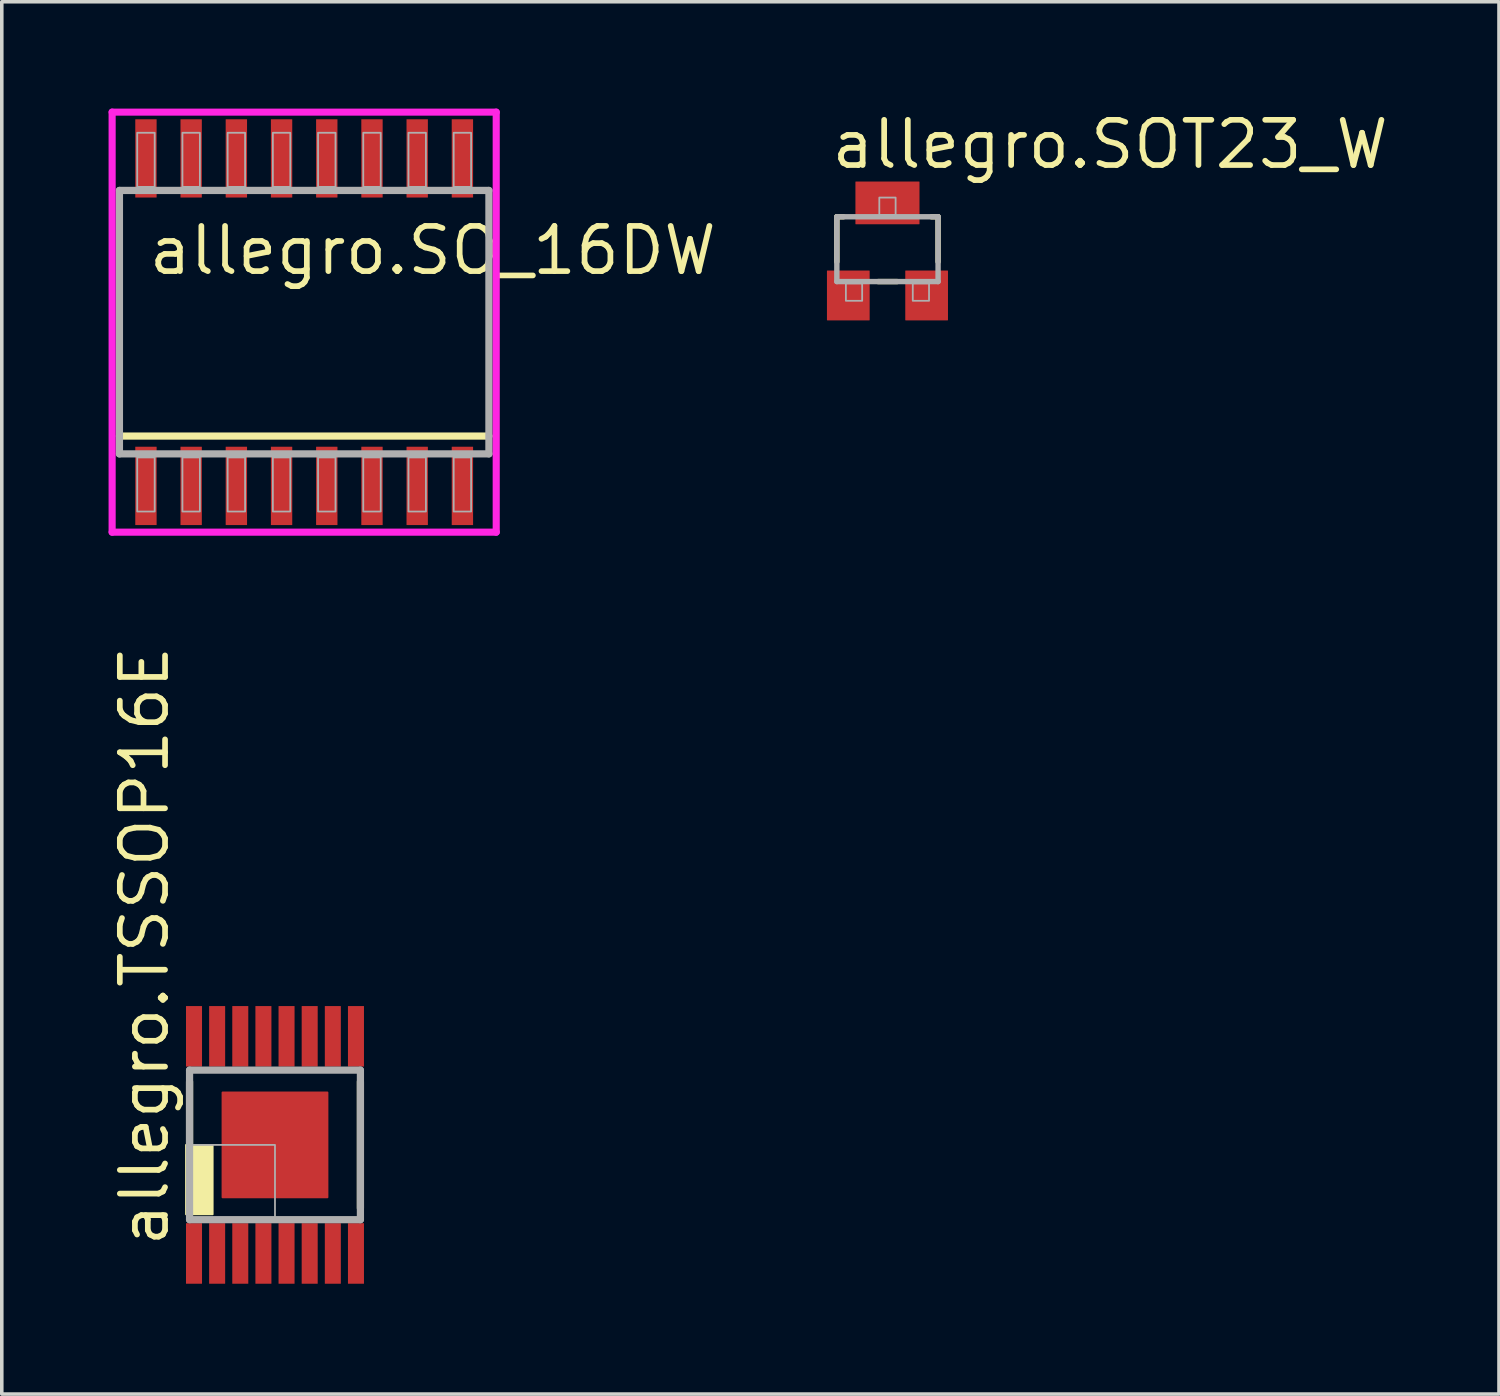
<source format=kicad_pcb>
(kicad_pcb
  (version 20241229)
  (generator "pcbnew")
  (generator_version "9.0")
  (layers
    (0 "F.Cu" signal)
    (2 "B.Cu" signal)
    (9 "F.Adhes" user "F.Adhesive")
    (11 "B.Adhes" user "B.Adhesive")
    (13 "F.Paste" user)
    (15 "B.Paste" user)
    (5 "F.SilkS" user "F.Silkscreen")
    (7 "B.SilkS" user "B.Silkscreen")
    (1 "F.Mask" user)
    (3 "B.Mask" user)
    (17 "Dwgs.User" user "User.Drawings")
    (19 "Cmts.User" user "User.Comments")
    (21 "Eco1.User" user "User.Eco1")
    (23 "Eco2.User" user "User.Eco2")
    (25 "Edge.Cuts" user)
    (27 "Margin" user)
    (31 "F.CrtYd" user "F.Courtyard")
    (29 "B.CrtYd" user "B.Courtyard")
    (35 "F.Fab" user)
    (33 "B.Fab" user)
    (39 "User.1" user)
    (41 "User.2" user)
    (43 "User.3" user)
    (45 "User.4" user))
  (footprint "allegro.SOT23_W"
    (layer "F.Cu")
    (at 21.881 3.95)
    (property "Reference" "allegro.SOT23_W" (at -1.65 -2.2 0) (layer "F.SilkS") (effects (font (size 1.27 1.27) (thickness 0.16)) (justify left bottom)))
    (attr smd)
    (fp_line (start -1.422 -0.91) (end -1.239 -0.91) (stroke (width 0.152) (type default)) (layer "F.SilkS"))
    (fp_line (start -1.422 0.352) (end -1.422 -0.91) (stroke (width 0.152) (type default)) (layer "F.SilkS"))
    (fp_line (start 0.272 0.91) (end -0.261 0.91) (stroke (width 0.152) (type default)) (layer "F.SilkS"))
    (fp_line (start 1.239 -0.91) (end 1.422 -0.91) (stroke (width 0.152) (type default)) (layer "F.SilkS"))
    (fp_line (start 1.422 -0.91) (end 1.422 0.352) (stroke (width 0.152) (type default)) (layer "F.SilkS"))
    (fp_line (start -1.422 -0.91) (end 1.422 -0.91) (stroke (width 0.152) (type default)) (layer "F.Fab"))
    (fp_line (start -1.422 0.91) (end -1.422 -0.91) (stroke (width 0.152) (type default)) (layer "F.Fab"))
    (fp_line (start 1.422 -0.91) (end 1.422 0.91) (stroke (width 0.152) (type default)) (layer "F.Fab"))
    (fp_line (start 1.422 0.91) (end -1.422 0.91) (stroke (width 0.152) (type default)) (layer "F.Fab"))
    (fp_rect (start -1.168 1.45) (end -0.711 0.961) (stroke (width 0.05) (type default)) (fill no) (layer "F.Fab"))
    (fp_rect (start -0.229 -0.961) (end 0.229 -1.45) (stroke (width 0.05) (type default)) (fill no) (layer "F.Fab"))
    (fp_rect (start 0.711 1.45) (end 1.168 0.961) (stroke (width 0.05) (type default)) (fill no) (layer "F.Fab"))
    (pad "1" smd roundrect (at -1.1 1.3) (size 1.2 1.4) (layers "F.Cu" "F.Mask" "F.Paste") (roundrect_rratio 0.01))
    (pad "2" smd roundrect (at 1.1 1.3) (size 1.2 1.4) (layers "F.Cu" "F.Mask" "F.Paste") (roundrect_rratio 0.01))
    (pad "3" smd roundrect (at 0 -1.3) (size 1.8 1.2) (layers "F.Cu" "F.Mask" "F.Paste") (roundrect_rratio 0.01)))
  (footprint "allegro.SO_16DW"
    (layer "F.Cu")
    (at 5.495 6)
    (property "Reference" "allegro.SO_16DW" (at -4.445 -1.27 0) (layer "F.SilkS") (effects (font (size 1.27 1.27) (thickness 0.16)) (justify left bottom)))
    (attr smd)
    (fp_line (start 5.19 3.2) (end -5.19 3.2) (stroke (width 0.203) (type default)) (layer "F.SilkS"))
    (fp_line (start -5.395 -5.9) (end 5.395 -5.9) (stroke (width 0.2) (type default)) (layer "F.CrtYd"))
    (fp_line (start -5.395 5.9) (end -5.395 -5.9) (stroke (width 0.2) (type default)) (layer "F.CrtYd"))
    (fp_line (start 5.395 -5.9) (end 5.395 5.9) (stroke (width 0.2) (type default)) (layer "F.CrtYd"))
    (fp_line (start 5.395 5.9) (end -5.395 5.9) (stroke (width 0.2) (type default)) (layer "F.CrtYd"))
    (fp_line (start -5.19 -3.7) (end 5.19 -3.7) (stroke (width 0.203) (type default)) (layer "F.Fab"))
    (fp_line (start -5.19 3.7) (end -5.19 -3.7) (stroke (width 0.203) (type default)) (layer "F.Fab"))
    (fp_line (start 5.19 -3.7) (end 5.19 3.7) (stroke (width 0.203) (type default)) (layer "F.Fab"))
    (fp_line (start 5.19 3.7) (end -5.19 3.7) (stroke (width 0.203) (type default)) (layer "F.Fab"))
    (fp_rect (start -4.69 -3.8) (end -4.2 -5.32) (stroke (width 0.05) (type default)) (fill no) (layer "F.Fab"))
    (fp_rect (start -4.69 5.32) (end -4.2 3.8) (stroke (width 0.05) (type default)) (fill no) (layer "F.Fab"))
    (fp_rect (start -3.42 -3.8) (end -2.93 -5.32) (stroke (width 0.05) (type default)) (fill no) (layer "F.Fab"))
    (fp_rect (start -3.42 5.32) (end -2.93 3.8) (stroke (width 0.05) (type default)) (fill no) (layer "F.Fab"))
    (fp_rect (start -2.15 -3.8) (end -1.66 -5.32) (stroke (width 0.05) (type default)) (fill no) (layer "F.Fab"))
    (fp_rect (start -2.15 5.32) (end -1.66 3.8) (stroke (width 0.05) (type default)) (fill no) (layer "F.Fab"))
    (fp_rect (start -0.88 -3.8) (end -0.39 -5.32) (stroke (width 0.05) (type default)) (fill no) (layer "F.Fab"))
    (fp_rect (start -0.88 5.32) (end -0.39 3.8) (stroke (width 0.05) (type default)) (fill no) (layer "F.Fab"))
    (fp_rect (start 0.39 -3.8) (end 0.88 -5.32) (stroke (width 0.05) (type default)) (fill no) (layer "F.Fab"))
    (fp_rect (start 0.39 5.32) (end 0.88 3.8) (stroke (width 0.05) (type default)) (fill no) (layer "F.Fab"))
    (fp_rect (start 1.66 -3.8) (end 2.15 -5.32) (stroke (width 0.05) (type default)) (fill no) (layer "F.Fab"))
    (fp_rect (start 1.66 5.32) (end 2.15 3.8) (stroke (width 0.05) (type default)) (fill no) (layer "F.Fab"))
    (fp_rect (start 2.93 -3.8) (end 3.42 -5.32) (stroke (width 0.05) (type default)) (fill no) (layer "F.Fab"))
    (fp_rect (start 2.93 5.32) (end 3.42 3.8) (stroke (width 0.05) (type default)) (fill no) (layer "F.Fab"))
    (fp_rect (start 4.2 -3.8) (end 4.69 -5.32) (stroke (width 0.05) (type default)) (fill no) (layer "F.Fab"))
    (fp_rect (start 4.2 5.32) (end 4.69 3.8) (stroke (width 0.05) (type default)) (fill no) (layer "F.Fab"))
    (pad "1" smd roundrect (at -4.445 4.6) (size 0.6 2.2) (layers "F.Cu" "F.Mask" "F.Paste") (roundrect_rratio 0.01))
    (pad "2" smd roundrect (at -3.175 4.6) (size 0.6 2.2) (layers "F.Cu" "F.Mask" "F.Paste") (roundrect_rratio 0.01))
    (pad "3" smd roundrect (at -1.905 4.6) (size 0.6 2.2) (layers "F.Cu" "F.Mask" "F.Paste") (roundrect_rratio 0.01))
    (pad "4" smd roundrect (at -0.635 4.6) (size 0.6 2.2) (layers "F.Cu" "F.Mask" "F.Paste") (roundrect_rratio 0.01))
    (pad "5" smd roundrect (at 0.635 4.6) (size 0.6 2.2) (layers "F.Cu" "F.Mask" "F.Paste") (roundrect_rratio 0.01))
    (pad "6" smd roundrect (at 1.905 4.6) (size 0.6 2.2) (layers "F.Cu" "F.Mask" "F.Paste") (roundrect_rratio 0.01))
    (pad "7" smd roundrect (at 3.175 4.6) (size 0.6 2.2) (layers "F.Cu" "F.Mask" "F.Paste") (roundrect_rratio 0.01))
    (pad "8" smd roundrect (at 4.445 4.6) (size 0.6 2.2) (layers "F.Cu" "F.Mask" "F.Paste") (roundrect_rratio 0.01))
    (pad "9" smd roundrect (at 4.445 -4.6) (size 0.6 2.2) (layers "F.Cu" "F.Mask" "F.Paste") (roundrect_rratio 0.01))
    (pad "10" smd roundrect (at 3.175 -4.6) (size 0.6 2.2) (layers "F.Cu" "F.Mask" "F.Paste") (roundrect_rratio 0.01))
    (pad "11" smd roundrect (at 1.905 -4.6) (size 0.6 2.2) (layers "F.Cu" "F.Mask" "F.Paste") (roundrect_rratio 0.01))
    (pad "12" smd roundrect (at 0.635 -4.6) (size 0.6 2.2) (layers "F.Cu" "F.Mask" "F.Paste") (roundrect_rratio 0.01))
    (pad "13" smd roundrect (at -0.635 -4.6) (size 0.6 2.2) (layers "F.Cu" "F.Mask" "F.Paste") (roundrect_rratio 0.01))
    (pad "14" smd roundrect (at -1.905 -4.6) (size 0.6 2.2) (layers "F.Cu" "F.Mask" "F.Paste") (roundrect_rratio 0.01))
    (pad "15" smd roundrect (at -3.175 -4.6) (size 0.6 2.2) (layers "F.Cu" "F.Mask" "F.Paste") (roundrect_rratio 0.01))
    (pad "16" smd roundrect (at -4.445 -4.6) (size 0.6 2.2) (layers "F.Cu" "F.Mask" "F.Paste") (roundrect_rratio 0.01)))
  (footprint "allegro.TSSOP16E"
    (layer "F.Cu")
    (at 4.675 29.113)
    (property "Reference" "allegro.TSSOP16E" (at -2.925 2.925 90) (layer "F.SilkS") (effects (font (size 1.27 1.27) (thickness 0.16)) (justify left bottom)))
    (attr smd)
    (fp_rect (start -2.525 -2.125) (end -2.025 -3.975) (stroke (width 0.05) (type default)) (fill yes) (layer "F.Mask"))
    (fp_rect (start -2.525 3.975) (end -2.025 2.125) (stroke (width 0.05) (type default)) (fill yes) (layer "F.Mask"))
    (fp_rect (start -1.875 -2.125) (end -1.375 -3.975) (stroke (width 0.05) (type default)) (fill yes) (layer "F.Mask"))
    (fp_rect (start -1.875 3.975) (end -1.375 2.125) (stroke (width 0.05) (type default)) (fill yes) (layer "F.Mask"))
    (fp_rect (start -1.625 1.625) (end 1.625 -1.625) (stroke (width 0.05) (type default)) (fill yes) (layer "F.Mask"))
    (fp_rect (start -1.225 -2.125) (end -0.725 -3.975) (stroke (width 0.05) (type default)) (fill yes) (layer "F.Mask"))
    (fp_rect (start -1.225 3.975) (end -0.725 2.125) (stroke (width 0.05) (type default)) (fill yes) (layer "F.Mask"))
    (fp_rect (start -0.575 -2.125) (end -0.075 -3.975) (stroke (width 0.05) (type default)) (fill yes) (layer "F.Mask"))
    (fp_rect (start -0.575 3.975) (end -0.075 2.125) (stroke (width 0.05) (type default)) (fill yes) (layer "F.Mask"))
    (fp_rect (start 0.075 -2.125) (end 0.575 -3.975) (stroke (width 0.05) (type default)) (fill yes) (layer "F.Mask"))
    (fp_rect (start 0.075 3.975) (end 0.575 2.125) (stroke (width 0.05) (type default)) (fill yes) (layer "F.Mask"))
    (fp_rect (start 0.725 -2.125) (end 1.225 -3.975) (stroke (width 0.05) (type default)) (fill yes) (layer "F.Mask"))
    (fp_rect (start 0.725 3.975) (end 1.225 2.125) (stroke (width 0.05) (type default)) (fill yes) (layer "F.Mask"))
    (fp_rect (start 1.375 -2.125) (end 1.875 -3.975) (stroke (width 0.05) (type default)) (fill yes) (layer "F.Mask"))
    (fp_rect (start 1.375 3.975) (end 1.875 2.125) (stroke (width 0.05) (type default)) (fill yes) (layer "F.Mask"))
    (fp_rect (start 2.025 -2.125) (end 2.525 -3.975) (stroke (width 0.05) (type default)) (fill yes) (layer "F.Mask"))
    (fp_rect (start 2.025 3.975) (end 2.525 2.125) (stroke (width 0.05) (type default)) (fill yes) (layer "F.Mask"))
    (fp_line (start -2.4 1.775) (end -2.4 -1.775) (stroke (width 0.203) (type default)) (layer "F.SilkS"))
    (fp_line (start 2.4 -1.775) (end 2.4 1.775) (stroke (width 0.203) (type default)) (layer "F.SilkS"))
    (fp_rect (start -2.5 1.95) (end -1.75 0) (stroke (width 0.05) (type default)) (fill yes) (layer "F.SilkS"))
    (fp_rect (start -2.45 -2.25) (end -2.1 -3.85) (stroke (width 0.05) (type default)) (fill yes) (layer "F.Paste"))
    (fp_rect (start -2.45 3.85) (end -2.1 2.25) (stroke (width 0.05) (type default)) (fill yes) (layer "F.Paste"))
    (fp_rect (start -1.8 -2.25) (end -1.45 -3.85) (stroke (width 0.05) (type default)) (fill yes) (layer "F.Paste"))
    (fp_rect (start -1.8 3.85) (end -1.45 2.25) (stroke (width 0.05) (type default)) (fill yes) (layer "F.Paste"))
    (fp_rect (start -1.3 1.3) (end 1.3 -1.3) (stroke (width 0.05) (type default)) (fill yes) (layer "F.Paste"))
    (fp_rect (start -1.15 -2.25) (end -0.8 -3.85) (stroke (width 0.05) (type default)) (fill yes) (layer "F.Paste"))
    (fp_rect (start -1.15 3.85) (end -0.8 2.25) (stroke (width 0.05) (type default)) (fill yes) (layer "F.Paste"))
    (fp_rect (start -0.5 -2.25) (end -0.15 -3.85) (stroke (width 0.05) (type default)) (fill yes) (layer "F.Paste"))
    (fp_rect (start -0.5 3.85) (end -0.15 2.25) (stroke (width 0.05) (type default)) (fill yes) (layer "F.Paste"))
    (fp_rect (start 0.15 -2.25) (end 0.5 -3.85) (stroke (width 0.05) (type default)) (fill yes) (layer "F.Paste"))
    (fp_rect (start 0.15 3.85) (end 0.5 2.25) (stroke (width 0.05) (type default)) (fill yes) (layer "F.Paste"))
    (fp_rect (start 0.8 -2.25) (end 1.15 -3.85) (stroke (width 0.05) (type default)) (fill yes) (layer "F.Paste"))
    (fp_rect (start 0.8 3.85) (end 1.15 2.25) (stroke (width 0.05) (type default)) (fill yes) (layer "F.Paste"))
    (fp_rect (start 1.45 -2.25) (end 1.8 -3.85) (stroke (width 0.05) (type default)) (fill yes) (layer "F.Paste"))
    (fp_rect (start 1.45 3.85) (end 1.8 2.25) (stroke (width 0.05) (type default)) (fill yes) (layer "F.Paste"))
    (fp_rect (start 2.1 -2.25) (end 2.45 -3.85) (stroke (width 0.05) (type default)) (fill yes) (layer "F.Paste"))
    (fp_rect (start 2.1 3.85) (end 2.45 2.25) (stroke (width 0.05) (type default)) (fill yes) (layer "F.Paste"))
    (fp_line (start -2.4 -2.1) (end 2.4 -2.1) (stroke (width 0.203) (type default)) (layer "F.Fab"))
    (fp_line (start -2.4 2.1) (end -2.4 -2.1) (stroke (width 0.203) (type default)) (layer "F.Fab"))
    (fp_line (start 2.4 -2.1) (end 2.4 2.1) (stroke (width 0.203) (type default)) (layer "F.Fab"))
    (fp_line (start 2.4 2.1) (end -2.4 2.1) (stroke (width 0.203) (type default)) (layer "F.Fab"))
    (fp_rect (start -2.35 2.05) (end 0 0) (stroke (width 0.05) (type default)) (fill no) (layer "F.Fab"))
    (pad "1" smd roundrect (at -2.275 3.05) (size 0.45 1.7) (layers "F.Cu" "F.Mask" "F.Paste") (roundrect_rratio 0.01))
    (pad "2" smd roundrect (at -1.625 3.05) (size 0.45 1.7) (layers "F.Cu" "F.Mask" "F.Paste") (roundrect_rratio 0.01))
    (pad "3" smd roundrect (at -0.975 3.05) (size 0.45 1.7) (layers "F.Cu" "F.Mask" "F.Paste") (roundrect_rratio 0.01))
    (pad "4" smd roundrect (at -0.325 3.05) (size 0.45 1.7) (layers "F.Cu" "F.Mask" "F.Paste") (roundrect_rratio 0.01))
    (pad "5" smd roundrect (at 0.325 3.05) (size 0.45 1.7) (layers "F.Cu" "F.Mask" "F.Paste") (roundrect_rratio 0.01))
    (pad "6" smd roundrect (at 0.975 3.05) (size 0.45 1.7) (layers "F.Cu" "F.Mask" "F.Paste") (roundrect_rratio 0.01))
    (pad "7" smd roundrect (at 1.625 3.05) (size 0.45 1.7) (layers "F.Cu" "F.Mask" "F.Paste") (roundrect_rratio 0.01))
    (pad "8" smd roundrect (at 2.275 3.05) (size 0.45 1.7) (layers "F.Cu" "F.Mask" "F.Paste") (roundrect_rratio 0.01))
    (pad "9" smd roundrect (at 2.275 -3.05 180) (size 0.45 1.7) (layers "F.Cu" "F.Mask" "F.Paste") (roundrect_rratio 0.01))
    (pad "10" smd roundrect (at 1.625 -3.05 180) (size 0.45 1.7) (layers "F.Cu" "F.Mask" "F.Paste") (roundrect_rratio 0.01))
    (pad "11" smd roundrect (at 0.975 -3.05 180) (size 0.45 1.7) (layers "F.Cu" "F.Mask" "F.Paste") (roundrect_rratio 0.01))
    (pad "12" smd roundrect (at 0.325 -3.05 180) (size 0.45 1.7) (layers "F.Cu" "F.Mask" "F.Paste") (roundrect_rratio 0.01))
    (pad "13" smd roundrect (at -0.325 -3.05 180) (size 0.45 1.7) (layers "F.Cu" "F.Mask" "F.Paste") (roundrect_rratio 0.01))
    (pad "14" smd roundrect (at -0.975 -3.05 180) (size 0.45 1.7) (layers "F.Cu" "F.Mask" "F.Paste") (roundrect_rratio 0.01))
    (pad "15" smd roundrect (at -1.625 -3.05 180) (size 0.45 1.7) (layers "F.Cu" "F.Mask" "F.Paste") (roundrect_rratio 0.01))
    (pad "16" smd roundrect (at -2.275 -3.05 180) (size 0.45 1.7) (layers "F.Cu" "F.Mask" "F.Paste") (roundrect_rratio 0.01))
    (pad "EXP" smd roundrect (at 0 0) (size 3 3) (layers "F.Cu" "F.Mask" "F.Paste") (roundrect_rratio 0.01)))
  (gr_rect
    (start -3 -3)
    (end 39.06 36.113)
    (stroke (width 0.1) (type default))
    (fill no)
    (layer "Edge.Cuts")))
</source>
